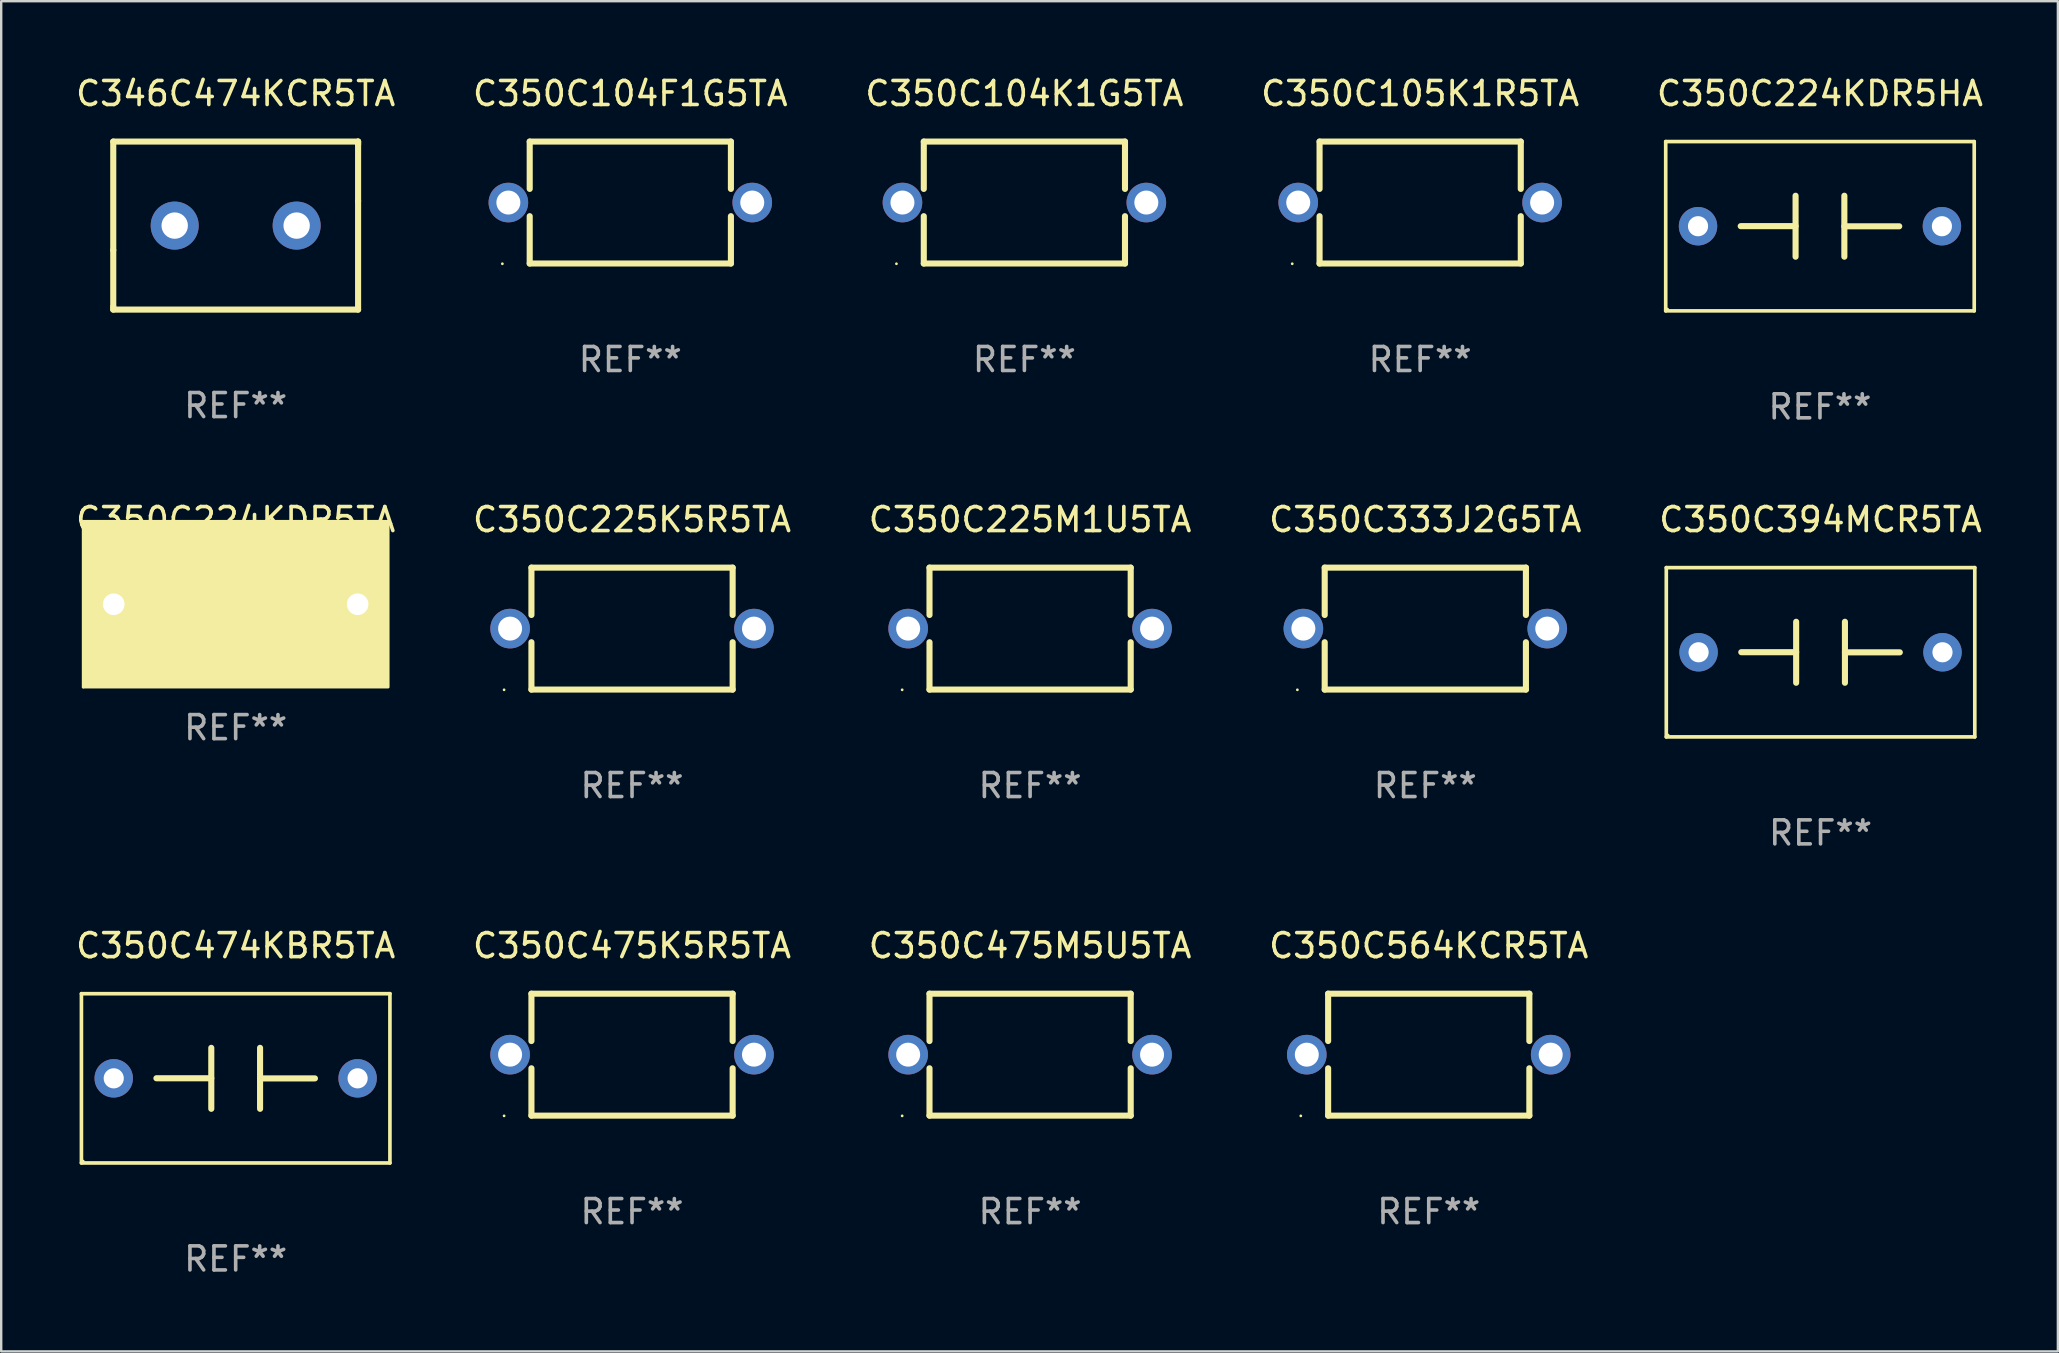
<source format=kicad_pcb>
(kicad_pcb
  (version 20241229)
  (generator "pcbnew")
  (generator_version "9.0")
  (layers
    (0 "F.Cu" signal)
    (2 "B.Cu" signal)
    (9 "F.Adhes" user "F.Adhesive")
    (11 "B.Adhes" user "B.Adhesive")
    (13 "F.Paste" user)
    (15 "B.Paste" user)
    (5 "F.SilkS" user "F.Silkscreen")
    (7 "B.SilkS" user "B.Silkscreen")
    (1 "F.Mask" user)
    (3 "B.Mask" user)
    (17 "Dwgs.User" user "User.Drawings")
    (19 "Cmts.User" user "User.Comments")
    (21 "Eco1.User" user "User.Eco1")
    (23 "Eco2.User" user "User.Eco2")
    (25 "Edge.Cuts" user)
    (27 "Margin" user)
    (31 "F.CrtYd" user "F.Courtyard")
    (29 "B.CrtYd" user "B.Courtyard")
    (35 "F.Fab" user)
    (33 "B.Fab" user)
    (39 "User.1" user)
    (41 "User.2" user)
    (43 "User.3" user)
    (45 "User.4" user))
  (footprint "C350C475M5U5TA"
    (layer "F.Cu")
    (at 39.863 40.886)
    (property "Reference" "C350C475M5U5TA" (at 0 -4.54 0) (layer "F.SilkS") (effects (font (size 1 1) (thickness 0.15))))
    (attr through_hole)
    (fp_line (start -4.191 -2.54) (end -4.191 -0.568) (stroke (width 0.254) (type solid)) (layer "F.SilkS"))
    (fp_line (start -4.191 0.568) (end -4.191 2.54) (stroke (width 0.254) (type solid)) (layer "F.SilkS"))
    (fp_line (start -4.191 2.54) (end 4.191 2.54) (stroke (width 0.254) (type solid)) (layer "F.SilkS"))
    (fp_line (start 4.191 -2.54) (end -4.191 -2.54) (stroke (width 0.254) (type solid)) (layer "F.SilkS"))
    (fp_line (start 4.191 -0.568) (end 4.191 -2.54) (stroke (width 0.254) (type solid)) (layer "F.SilkS"))
    (fp_line (start 4.191 2.54) (end 4.191 0.568) (stroke (width 0.254) (type solid)) (layer "F.SilkS"))
    (fp_circle (center -5.33 2.55) (end -5.3 2.55) (stroke (width 0.06) (type solid)) (fill no) (layer "F.SilkS"))
    (fp_text user "REF**" (at 0 6.54 0) (layer "F.Fab") (effects (font (size 1 1) (thickness 0.15))))
    (pad "1" thru_hole circle (at -5.08 0) (size 1.65 1.65) (drill 1) (layers "*.Cu" "*.Mask"))
    (pad "2" thru_hole circle (at 5.08 0) (size 1.65 1.65) (drill 1) (layers "*.Cu" "*.Mask")))
  (footprint "C350C224KDR5HA"
    (layer "F.Cu")
    (at 72.768 6.374)
    (property "Reference" "C350C224KDR5HA" (at 0 -5.526 0) (layer "F.SilkS") (effects (font (size 1 1) (thickness 0.15))))
    (attr through_hole)
    (fp_line (start -6.426 -3.526) (end 6.426 -3.526) (stroke (width 0.152) (type solid)) (layer "F.SilkS"))
    (fp_line (start -6.426 3.526) (end -6.426 -3.526) (stroke (width 0.152) (type solid)) (layer "F.SilkS"))
    (fp_line (start -1.016 -1.27) (end -1.016 1.27) (stroke (width 0.254) (type solid)) (layer "F.SilkS"))
    (fp_line (start -1.016 -0.003) (end -3.302 -0.003) (stroke (width 0.254) (type solid)) (layer "F.SilkS"))
    (fp_line (start 1.016 0.003) (end 3.302 0.003) (stroke (width 0.254) (type solid)) (layer "F.SilkS"))
    (fp_line (start 1.016 1.27) (end 1.016 -1.27) (stroke (width 0.254) (type solid)) (layer "F.SilkS"))
    (fp_line (start 6.426 -3.526) (end 6.426 3.526) (stroke (width 0.152) (type solid)) (layer "F.SilkS"))
    (fp_line (start 6.426 3.526) (end -6.426 3.526) (stroke (width 0.152) (type solid)) (layer "F.SilkS"))
    (fp_circle (center -6.35 3.45) (end -6.32 3.45) (stroke (width 0.06) (type solid)) (fill no) (layer "F.SilkS"))
    (fp_text user "REF**" (at 0 7.526 0) (layer "F.Fab") (effects (font (size 1 1) (thickness 0.15))))
    (pad "1" thru_hole circle (at -5.08 -0.000013) (size 1.6 1.6) (drill 0.84) (layers "*.Cu" "*.Mask"))
    (pad "2" thru_hole circle (at 5.08 -0.000013) (size 1.6 1.6) (drill 0.84) (layers "*.Cu" "*.Mask")))
  (footprint "C350C225K5R5TA"
    (layer "F.Cu")
    (at 23.28 23.137)
    (property "Reference" "C350C225K5R5TA" (at 0 -4.54 0) (layer "F.SilkS") (effects (font (size 1 1) (thickness 0.15))))
    (attr through_hole)
    (fp_line (start -4.191 -2.54) (end -4.191 -0.568) (stroke (width 0.254) (type solid)) (layer "F.SilkS"))
    (fp_line (start -4.191 0.568) (end -4.191 2.54) (stroke (width 0.254) (type solid)) (layer "F.SilkS"))
    (fp_line (start -4.191 2.54) (end 4.191 2.54) (stroke (width 0.254) (type solid)) (layer "F.SilkS"))
    (fp_line (start 4.191 -2.54) (end -4.191 -2.54) (stroke (width 0.254) (type solid)) (layer "F.SilkS"))
    (fp_line (start 4.191 -0.568) (end 4.191 -2.54) (stroke (width 0.254) (type solid)) (layer "F.SilkS"))
    (fp_line (start 4.191 2.54) (end 4.191 0.568) (stroke (width 0.254) (type solid)) (layer "F.SilkS"))
    (fp_circle (center -5.33 2.55) (end -5.3 2.55) (stroke (width 0.06) (type solid)) (fill no) (layer "F.SilkS"))
    (fp_text user "REF**" (at 0 6.54 0) (layer "F.Fab") (effects (font (size 1 1) (thickness 0.15))))
    (pad "1" thru_hole circle (at -5.08 0) (size 1.65 1.65) (drill 1) (layers "*.Cu" "*.Mask"))
    (pad "2" thru_hole circle (at 5.08 0) (size 1.65 1.65) (drill 1) (layers "*.Cu" "*.Mask")))
  (footprint "C350C474KBR5TA"
    (layer "F.Cu")
    (at 6.768 41.872)
    (property "Reference" "C350C474KBR5TA" (at 0 -5.526 0) (layer "F.SilkS") (effects (font (size 1 1) (thickness 0.15))))
    (attr through_hole)
    (fp_line (start -6.426 -3.526) (end 6.426 -3.526) (stroke (width 0.152) (type solid)) (layer "F.SilkS"))
    (fp_line (start -6.426 3.526) (end -6.426 -3.526) (stroke (width 0.152) (type solid)) (layer "F.SilkS"))
    (fp_line (start -1.016 -1.27) (end -1.016 1.27) (stroke (width 0.254) (type solid)) (layer "F.SilkS"))
    (fp_line (start -1.016 -0.003) (end -3.302 -0.003) (stroke (width 0.254) (type solid)) (layer "F.SilkS"))
    (fp_line (start 1.016 0.003) (end 3.302 0.003) (stroke (width 0.254) (type solid)) (layer "F.SilkS"))
    (fp_line (start 1.016 1.27) (end 1.016 -1.27) (stroke (width 0.254) (type solid)) (layer "F.SilkS"))
    (fp_line (start 6.426 -3.526) (end 6.426 3.526) (stroke (width 0.152) (type solid)) (layer "F.SilkS"))
    (fp_line (start 6.426 3.526) (end -6.426 3.526) (stroke (width 0.152) (type solid)) (layer "F.SilkS"))
    (fp_circle (center -6.35 3.45) (end -6.32 3.45) (stroke (width 0.06) (type solid)) (fill no) (layer "F.SilkS"))
    (fp_text user "REF**" (at 0 7.526 0) (layer "F.Fab") (effects (font (size 1 1) (thickness 0.15))))
    (pad "1" thru_hole circle (at -5.08 -0.000013) (size 1.6 1.6) (drill 0.84) (layers "*.Cu" "*.Mask"))
    (pad "2" thru_hole circle (at 5.08 -0.000013) (size 1.6 1.6) (drill 0.84) (layers "*.Cu" "*.Mask")))
  (footprint "C350C104F1G5TA"
    (layer "F.Cu")
    (at 23.208 5.388)
    (property "Reference" "C350C104F1G5TA" (at 0 -4.54 0) (layer "F.SilkS") (effects (font (size 1 1) (thickness 0.15))))
    (attr through_hole)
    (fp_line (start -4.191 -2.54) (end -4.191 -0.568) (stroke (width 0.254) (type solid)) (layer "F.SilkS"))
    (fp_line (start -4.191 0.568) (end -4.191 2.54) (stroke (width 0.254) (type solid)) (layer "F.SilkS"))
    (fp_line (start -4.191 2.54) (end 4.191 2.54) (stroke (width 0.254) (type solid)) (layer "F.SilkS"))
    (fp_line (start 4.191 -2.54) (end -4.191 -2.54) (stroke (width 0.254) (type solid)) (layer "F.SilkS"))
    (fp_line (start 4.191 -0.568) (end 4.191 -2.54) (stroke (width 0.254) (type solid)) (layer "F.SilkS"))
    (fp_line (start 4.191 2.54) (end 4.191 0.568) (stroke (width 0.254) (type solid)) (layer "F.SilkS"))
    (fp_circle (center -5.33 2.55) (end -5.3 2.55) (stroke (width 0.06) (type solid)) (fill no) (layer "F.SilkS"))
    (fp_text user "REF**" (at 0 6.54 0) (layer "F.Fab") (effects (font (size 1 1) (thickness 0.15))))
    (pad "1" thru_hole circle (at -5.08 0) (size 1.65 1.65) (drill 1) (layers "*.Cu" "*.Mask"))
    (pad "2" thru_hole circle (at 5.08 0) (size 1.65 1.65) (drill 1) (layers "*.Cu" "*.Mask")))
  (footprint "C350C104K1G5TA"
    (layer "F.Cu")
    (at 39.625 5.388)
    (property "Reference" "C350C104K1G5TA" (at 0 -4.54 0) (layer "F.SilkS") (effects (font (size 1 1) (thickness 0.15))))
    (attr through_hole)
    (fp_line (start -4.191 -2.54) (end -4.191 -0.568) (stroke (width 0.254) (type solid)) (layer "F.SilkS"))
    (fp_line (start -4.191 0.568) (end -4.191 2.54) (stroke (width 0.254) (type solid)) (layer "F.SilkS"))
    (fp_line (start -4.191 2.54) (end 4.191 2.54) (stroke (width 0.254) (type solid)) (layer "F.SilkS"))
    (fp_line (start 4.191 -2.54) (end -4.191 -2.54) (stroke (width 0.254) (type solid)) (layer "F.SilkS"))
    (fp_line (start 4.191 -0.568) (end 4.191 -2.54) (stroke (width 0.254) (type solid)) (layer "F.SilkS"))
    (fp_line (start 4.191 2.54) (end 4.191 0.568) (stroke (width 0.254) (type solid)) (layer "F.SilkS"))
    (fp_circle (center -5.33 2.55) (end -5.3 2.55) (stroke (width 0.06) (type solid)) (fill no) (layer "F.SilkS"))
    (fp_text user "REF**" (at 0 6.54 0) (layer "F.Fab") (effects (font (size 1 1) (thickness 0.15))))
    (pad "1" thru_hole circle (at -5.08 0) (size 1.65 1.65) (drill 1) (layers "*.Cu" "*.Mask"))
    (pad "2" thru_hole circle (at 5.08 0) (size 1.65 1.65) (drill 1) (layers "*.Cu" "*.Mask")))
  (footprint "C350C564KCR5TA"
    (layer "F.Cu")
    (at 56.47 40.886)
    (property "Reference" "C350C564KCR5TA" (at 0 -4.54 0) (layer "F.SilkS") (effects (font (size 1 1) (thickness 0.15))))
    (attr through_hole)
    (fp_line (start -4.191 -2.54) (end -4.191 -0.568) (stroke (width 0.254) (type solid)) (layer "F.SilkS"))
    (fp_line (start -4.191 0.568) (end -4.191 2.54) (stroke (width 0.254) (type solid)) (layer "F.SilkS"))
    (fp_line (start -4.191 2.54) (end 4.191 2.54) (stroke (width 0.254) (type solid)) (layer "F.SilkS"))
    (fp_line (start 4.191 -2.54) (end -4.191 -2.54) (stroke (width 0.254) (type solid)) (layer "F.SilkS"))
    (fp_line (start 4.191 -0.568) (end 4.191 -2.54) (stroke (width 0.254) (type solid)) (layer "F.SilkS"))
    (fp_line (start 4.191 2.54) (end 4.191 0.568) (stroke (width 0.254) (type solid)) (layer "F.SilkS"))
    (fp_circle (center -5.33 2.55) (end -5.3 2.55) (stroke (width 0.06) (type solid)) (fill no) (layer "F.SilkS"))
    (fp_text user "REF**" (at 0 6.54 0) (layer "F.Fab") (effects (font (size 1 1) (thickness 0.15))))
    (pad "1" thru_hole circle (at -5.08 0) (size 1.65 1.65) (drill 1) (layers "*.Cu" "*.Mask"))
    (pad "2" thru_hole circle (at 5.08 0) (size 1.65 1.65) (drill 1) (layers "*.Cu" "*.Mask")))
  (footprint "C346C474KCR5TA"
    (layer "F.Cu")
    (at 6.768 6.348)
    (property "Reference" "C346C474KCR5TA" (at 0 -5.5 0) (layer "F.SilkS") (effects (font (size 1 1) (thickness 0.15))))
    (attr through_hole)
    (fp_line (start -5.1 -3.5) (end -5.1 1.02) (stroke (width 0.254) (type solid)) (layer "F.SilkS"))
    (fp_line (start -5.1 3.38) (end -5.1 1.02) (stroke (width 0.254) (type solid)) (layer "F.SilkS"))
    (fp_line (start -5.1 3.38) (end -5.1 3.5) (stroke (width 0.254) (type solid)) (layer "F.SilkS"))
    (fp_line (start -5.1 3.5) (end 5.1 3.5) (stroke (width 0.254) (type solid)) (layer "F.SilkS"))
    (fp_line (start 5.1 -3.5) (end -5.1 -3.5) (stroke (width 0.254) (type solid)) (layer "F.SilkS"))
    (fp_line (start 5.1 -3.5) (end 5.1 -1.02) (stroke (width 0.254) (type solid)) (layer "F.SilkS"))
    (fp_line (start 5.1 -3.38) (end 5.1 -3.5) (stroke (width 0.254) (type solid)) (layer "F.SilkS"))
    (fp_line (start 5.1 3.5) (end 5.1 -1.02) (stroke (width 0.254) (type solid)) (layer "F.SilkS"))
    (fp_circle (center -5.155 3.45) (end -5.125 3.45) (stroke (width 0.06) (type solid)) (fill no) (layer "F.SilkS"))
    (fp_text user "REF**" (at 0 7.5 0) (layer "F.Fab") (effects (font (size 1 1) (thickness 0.15))))
    (pad "1" thru_hole circle (at -2.54 0) (size 2 2) (drill 1.1) (layers "*.Cu" "*.Mask"))
    (pad "2" thru_hole circle (at 2.54 0) (size 2 2) (drill 1.1) (layers "*.Cu" "*.Mask")))
  (footprint "C350C475K5R5TA"
    (layer "F.Cu")
    (at 23.28 40.886)
    (property "Reference" "C350C475K5R5TA" (at 0 -4.54 0) (layer "F.SilkS") (effects (font (size 1 1) (thickness 0.15))))
    (attr through_hole)
    (fp_line (start -4.191 -2.54) (end -4.191 -0.568) (stroke (width 0.254) (type solid)) (layer "F.SilkS"))
    (fp_line (start -4.191 0.568) (end -4.191 2.54) (stroke (width 0.254) (type solid)) (layer "F.SilkS"))
    (fp_line (start -4.191 2.54) (end 4.191 2.54) (stroke (width 0.254) (type solid)) (layer "F.SilkS"))
    (fp_line (start 4.191 -2.54) (end -4.191 -2.54) (stroke (width 0.254) (type solid)) (layer "F.SilkS"))
    (fp_line (start 4.191 -0.568) (end 4.191 -2.54) (stroke (width 0.254) (type solid)) (layer "F.SilkS"))
    (fp_line (start 4.191 2.54) (end 4.191 0.568) (stroke (width 0.254) (type solid)) (layer "F.SilkS"))
    (fp_circle (center -5.33 2.55) (end -5.3 2.55) (stroke (width 0.06) (type solid)) (fill no) (layer "F.SilkS"))
    (fp_text user "REF**" (at 0 6.54 0) (layer "F.Fab") (effects (font (size 1 1) (thickness 0.15))))
    (pad "1" thru_hole circle (at -5.08 0) (size 1.65 1.65) (drill 1) (layers "*.Cu" "*.Mask"))
    (pad "2" thru_hole circle (at 5.08 0) (size 1.65 1.65) (drill 1) (layers "*.Cu" "*.Mask")))
  (footprint "C350C394MCR5TA"
    (layer "F.Cu")
    (at 72.792 24.123)
    (property "Reference" "C350C394MCR5TA" (at 0 -5.526 0) (layer "F.SilkS") (effects (font (size 1 1) (thickness 0.15))))
    (attr through_hole)
    (fp_line (start -6.426 -3.526) (end 6.426 -3.526) (stroke (width 0.152) (type solid)) (layer "F.SilkS"))
    (fp_line (start -6.426 3.526) (end -6.426 -3.526) (stroke (width 0.152) (type solid)) (layer "F.SilkS"))
    (fp_line (start -1.016 -1.27) (end -1.016 1.27) (stroke (width 0.254) (type solid)) (layer "F.SilkS"))
    (fp_line (start -1.016 -0.003) (end -3.302 -0.003) (stroke (width 0.254) (type solid)) (layer "F.SilkS"))
    (fp_line (start 1.016 0.003) (end 3.302 0.003) (stroke (width 0.254) (type solid)) (layer "F.SilkS"))
    (fp_line (start 1.016 1.27) (end 1.016 -1.27) (stroke (width 0.254) (type solid)) (layer "F.SilkS"))
    (fp_line (start 6.426 -3.526) (end 6.426 3.526) (stroke (width 0.152) (type solid)) (layer "F.SilkS"))
    (fp_line (start 6.426 3.526) (end -6.426 3.526) (stroke (width 0.152) (type solid)) (layer "F.SilkS"))
    (fp_circle (center -6.35 3.45) (end -6.32 3.45) (stroke (width 0.06) (type solid)) (fill no) (layer "F.SilkS"))
    (fp_text user "REF**" (at 0 7.526 0) (layer "F.Fab") (effects (font (size 1 1) (thickness 0.15))))
    (pad "1" thru_hole circle (at -5.08 -0.000013) (size 1.6 1.6) (drill 0.84) (layers "*.Cu" "*.Mask"))
    (pad "2" thru_hole circle (at 5.08 -0.000013) (size 1.6 1.6) (drill 0.84) (layers "*.Cu" "*.Mask")))
  (footprint "C350C225M1U5TA"
    (layer "F.Cu")
    (at 39.863 23.137)
    (property "Reference" "C350C225M1U5TA" (at 0 -4.54 0) (layer "F.SilkS") (effects (font (size 1 1) (thickness 0.15))))
    (attr through_hole)
    (fp_line (start -4.191 -2.54) (end -4.191 -0.568) (stroke (width 0.254) (type solid)) (layer "F.SilkS"))
    (fp_line (start -4.191 0.568) (end -4.191 2.54) (stroke (width 0.254) (type solid)) (layer "F.SilkS"))
    (fp_line (start -4.191 2.54) (end 4.191 2.54) (stroke (width 0.254) (type solid)) (layer "F.SilkS"))
    (fp_line (start 4.191 -2.54) (end -4.191 -2.54) (stroke (width 0.254) (type solid)) (layer "F.SilkS"))
    (fp_line (start 4.191 -0.568) (end 4.191 -2.54) (stroke (width 0.254) (type solid)) (layer "F.SilkS"))
    (fp_line (start 4.191 2.54) (end 4.191 0.568) (stroke (width 0.254) (type solid)) (layer "F.SilkS"))
    (fp_circle (center -5.33 2.55) (end -5.3 2.55) (stroke (width 0.06) (type solid)) (fill no) (layer "F.SilkS"))
    (fp_text user "REF**" (at 0 6.54 0) (layer "F.Fab") (effects (font (size 1 1) (thickness 0.15))))
    (pad "1" thru_hole circle (at -5.08 0) (size 1.65 1.65) (drill 1) (layers "*.Cu" "*.Mask"))
    (pad "2" thru_hole circle (at 5.08 0) (size 1.65 1.65) (drill 1) (layers "*.Cu" "*.Mask")))
  (footprint "C350C224KDR5TA"
    (layer "F.Cu")
    (at 6.768 21.931)
    (property "Reference" "C350C224KDR5TA" (at 0 -3.334 0) (layer "F.SilkS") (effects (font (size 1 1) (thickness 0.15))))
    (attr through_hole)
    (fp_line (start -0.508 -1.334) (end -0.508 1.334) (stroke (width 0.254) (type solid)) (layer "F.SilkS"))
    (fp_line (start -0.508 0.059) (end -2.286 0.059) (stroke (width 0.254) (type solid)) (layer "F.SilkS"))
    (fp_line (start 1.143 -1.334) (end 1.143 1.334) (stroke (width 0.254) (type solid)) (layer "F.SilkS"))
    (fp_line (start 1.143 0.059) (end 3.048 0.064) (stroke (width 0.254) (type solid)) (layer "F.SilkS"))
    (fp_circle (center -6.35 3.641) (end -6.32 3.641) (stroke (width 0.06) (type solid)) (fill no) (layer "F.SilkS"))
    (fp_poly (pts (xy -6.35 -3.26) (xy 6.35 -3.26) (xy 6.35 3.64) (xy -6.35 3.64)) (stroke (width 0.12) (type solid)) (fill yes) (layer "F.SilkS"))
    (fp_text user "REF**" (at 0 5.334 0) (layer "F.Fab") (effects (font (size 1 1) (thickness 0.15))))
    (pad "1" thru_hole circle (at -5.08 0.191) (size 1.524 1.524) (drill 0.9) (layers "*.Cu" "*.Mask"))
    (pad "2" thru_hole circle (at 5.08 0.191) (size 1.524 1.524) (drill 0.9) (layers "*.Cu" "*.Mask")))
  (footprint "C350C333J2G5TA"
    (layer "F.Cu")
    (at 56.327 23.137)
    (property "Reference" "C350C333J2G5TA" (at 0 -4.54 0) (layer "F.SilkS") (effects (font (size 1 1) (thickness 0.15))))
    (attr through_hole)
    (fp_line (start -4.191 -2.54) (end -4.191 -0.568) (stroke (width 0.254) (type solid)) (layer "F.SilkS"))
    (fp_line (start -4.191 0.568) (end -4.191 2.54) (stroke (width 0.254) (type solid)) (layer "F.SilkS"))
    (fp_line (start -4.191 2.54) (end 4.191 2.54) (stroke (width 0.254) (type solid)) (layer "F.SilkS"))
    (fp_line (start 4.191 -2.54) (end -4.191 -2.54) (stroke (width 0.254) (type solid)) (layer "F.SilkS"))
    (fp_line (start 4.191 -0.568) (end 4.191 -2.54) (stroke (width 0.254) (type solid)) (layer "F.SilkS"))
    (fp_line (start 4.191 2.54) (end 4.191 0.568) (stroke (width 0.254) (type solid)) (layer "F.SilkS"))
    (fp_circle (center -5.33 2.55) (end -5.3 2.55) (stroke (width 0.06) (type solid)) (fill no) (layer "F.SilkS"))
    (fp_text user "REF**" (at 0 6.54 0) (layer "F.Fab") (effects (font (size 1 1) (thickness 0.15))))
    (pad "1" thru_hole circle (at -5.08 0) (size 1.65 1.65) (drill 1) (layers "*.Cu" "*.Mask"))
    (pad "2" thru_hole circle (at 5.08 0) (size 1.65 1.65) (drill 1) (layers "*.Cu" "*.Mask")))
  (footprint "C350C105K1R5TA"
    (layer "F.Cu")
    (at 56.113 5.388)
    (property "Reference" "C350C105K1R5TA" (at 0 -4.54 0) (layer "F.SilkS") (effects (font (size 1 1) (thickness 0.15))))
    (attr through_hole)
    (fp_line (start -4.191 -2.54) (end -4.191 -0.568) (stroke (width 0.254) (type solid)) (layer "F.SilkS"))
    (fp_line (start -4.191 0.568) (end -4.191 2.54) (stroke (width 0.254) (type solid)) (layer "F.SilkS"))
    (fp_line (start -4.191 2.54) (end 4.191 2.54) (stroke (width 0.254) (type solid)) (layer "F.SilkS"))
    (fp_line (start 4.191 -2.54) (end -4.191 -2.54) (stroke (width 0.254) (type solid)) (layer "F.SilkS"))
    (fp_line (start 4.191 -0.568) (end 4.191 -2.54) (stroke (width 0.254) (type solid)) (layer "F.SilkS"))
    (fp_line (start 4.191 2.54) (end 4.191 0.568) (stroke (width 0.254) (type solid)) (layer "F.SilkS"))
    (fp_circle (center -5.33 2.55) (end -5.3 2.55) (stroke (width 0.06) (type solid)) (fill no) (layer "F.SilkS"))
    (fp_text user "REF**" (at 0 6.54 0) (layer "F.Fab") (effects (font (size 1 1) (thickness 0.15))))
    (pad "1" thru_hole circle (at -5.08 0) (size 1.65 1.65) (drill 1) (layers "*.Cu" "*.Mask"))
    (pad "2" thru_hole circle (at 5.08 0) (size 1.65 1.65) (drill 1) (layers "*.Cu" "*.Mask")))
  (gr_rect
    (start -3 -3)
    (end 82.679 53.247)
    (stroke (width 0.1) (type default))
    (fill no)
    (layer "Edge.Cuts")))
</source>
